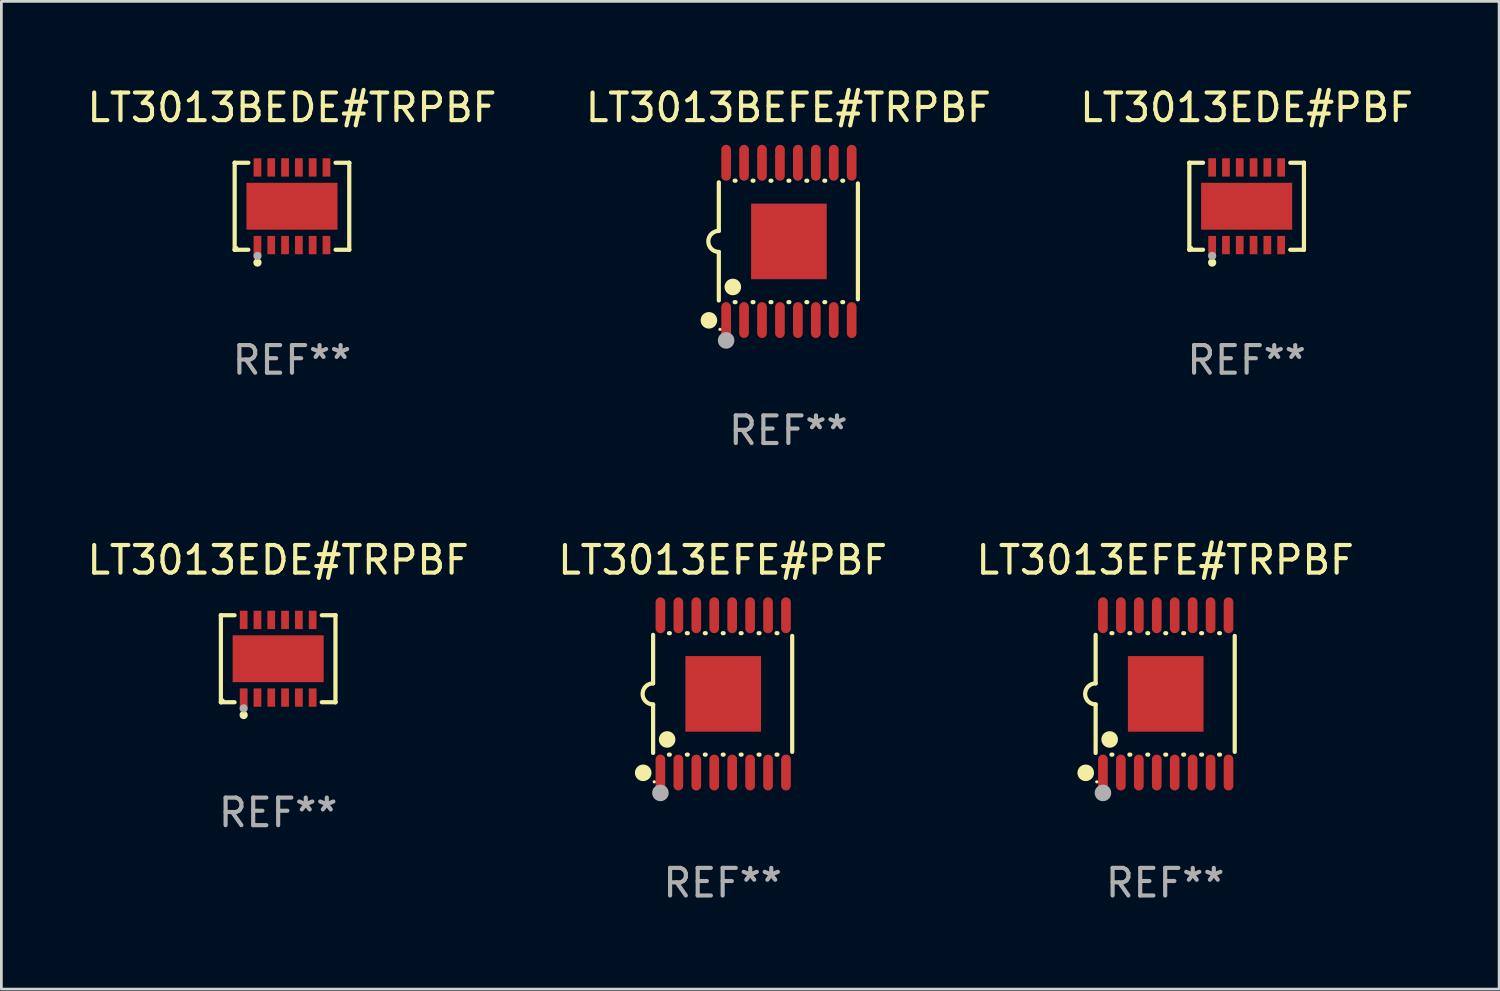
<source format=kicad_pcb>
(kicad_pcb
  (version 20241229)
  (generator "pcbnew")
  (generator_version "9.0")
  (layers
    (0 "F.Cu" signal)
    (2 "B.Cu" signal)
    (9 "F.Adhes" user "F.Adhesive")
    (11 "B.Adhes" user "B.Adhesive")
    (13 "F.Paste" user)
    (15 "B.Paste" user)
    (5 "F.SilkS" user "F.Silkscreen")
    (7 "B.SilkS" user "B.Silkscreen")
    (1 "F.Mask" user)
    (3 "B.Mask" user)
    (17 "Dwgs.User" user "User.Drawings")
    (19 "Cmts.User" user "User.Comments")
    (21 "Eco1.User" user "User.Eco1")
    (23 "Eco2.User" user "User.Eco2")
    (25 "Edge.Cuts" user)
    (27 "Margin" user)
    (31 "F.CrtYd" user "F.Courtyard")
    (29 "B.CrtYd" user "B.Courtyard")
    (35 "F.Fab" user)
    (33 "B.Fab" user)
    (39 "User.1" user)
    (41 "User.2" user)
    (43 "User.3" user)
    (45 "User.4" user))
  (footprint "LT3013EDE#PBF"
    (layer "F.Cu")
    (at 42.125 4.424)
    (property "Reference" "LT3013EDE#PBF" (at 0 -3.576 0) (layer "F.SilkS") (effects (font (size 1 1) (thickness 0.15))))
    (attr through_hole)
    (fp_line (start -2.076 -1.576) (end -2.076 -1.576) (stroke (width 0.152) (type solid)) (layer "F.SilkS"))
    (fp_line (start -2.076 -1.576) (end -1.58 -1.576) (stroke (width 0.152) (type solid)) (layer "F.SilkS"))
    (fp_line (start -2.076 1.576) (end -2.076 -1.576) (stroke (width 0.152) (type solid)) (layer "F.SilkS"))
    (fp_line (start -2.076 1.576) (end -2.076 1.576) (stroke (width 0.152) (type solid)) (layer "F.SilkS"))
    (fp_line (start -1.58 1.576) (end -2.076 1.576) (stroke (width 0.152) (type solid)) (layer "F.SilkS"))
    (fp_line (start 1.58 1.576) (end 2.076 1.576) (stroke (width 0.152) (type solid)) (layer "F.SilkS"))
    (fp_line (start 2.076 -1.576) (end 1.58 -1.576) (stroke (width 0.152) (type solid)) (layer "F.SilkS"))
    (fp_line (start 2.076 -1.576) (end 2.076 -1.576) (stroke (width 0.152) (type solid)) (layer "F.SilkS"))
    (fp_line (start 2.076 1.576) (end 2.076 -1.576) (stroke (width 0.152) (type solid)) (layer "F.SilkS"))
    (fp_line (start 2.076 1.576) (end 2.076 1.576) (stroke (width 0.152) (type solid)) (layer "F.SilkS"))
    (fp_circle (center -2 1.5) (end -1.97 1.5) (stroke (width 0.06) (type solid)) (fill no) (layer "F.SilkS"))
    (fp_circle (center -1.25 2.04) (end -1.175 2.04) (stroke (width 0.15) (type solid)) (fill no) (layer "F.SilkS"))
    (fp_circle (center -1.25 1.8) (end -1.175 1.8) (stroke (width 0.15) (type solid)) (fill no) (layer "F.Fab"))
    (fp_text user "REF**" (at 0 5.576 0) (layer "F.Fab") (effects (font (size 1 1) (thickness 0.15))))
    (pad "1" smd rect (at -1.25 1.407) (size 0.28 0.665) (layers "F.Cu" "F.Mask" "F.Paste"))
    (pad "2" smd rect (at -0.75 1.407) (size 0.28 0.665) (layers "F.Cu" "F.Mask" "F.Paste"))
    (pad "3" smd rect (at -0.25 1.407) (size 0.28 0.665) (layers "F.Cu" "F.Mask" "F.Paste"))
    (pad "4" smd rect (at 0.25 1.407) (size 0.28 0.665) (layers "F.Cu" "F.Mask" "F.Paste"))
    (pad "5" smd rect (at 0.75 1.407) (size 0.28 0.665) (layers "F.Cu" "F.Mask" "F.Paste"))
    (pad "6" smd rect (at 1.25 1.407) (size 0.28 0.665) (layers "F.Cu" "F.Mask" "F.Paste"))
    (pad "7" smd rect (at 1.25 -1.407) (size 0.28 0.665) (layers "F.Cu" "F.Mask" "F.Paste"))
    (pad "8" smd rect (at 0.75 -1.407) (size 0.28 0.665) (layers "F.Cu" "F.Mask" "F.Paste"))
    (pad "9" smd rect (at 0.25 -1.407) (size 0.28 0.665) (layers "F.Cu" "F.Mask" "F.Paste"))
    (pad "10" smd rect (at -0.25 -1.407) (size 0.28 0.665) (layers "F.Cu" "F.Mask" "F.Paste"))
    (pad "11" smd rect (at -0.75 -1.407) (size 0.28 0.665) (layers "F.Cu" "F.Mask" "F.Paste"))
    (pad "12" smd rect (at -1.25 -1.407) (size 0.28 0.665) (layers "F.Cu" "F.Mask" "F.Paste"))
    (pad "13" smd rect (at 0 0) (size 3.3 1.7) (layers "F.Cu" "F.Mask" "F.Paste")))
  (footprint "LT3013BEDE#TRPBF"
    (layer "F.Cu")
    (at 7.53 4.424)
    (property "Reference" "LT3013BEDE#TRPBF" (at 0 -3.576 0) (layer "F.SilkS") (effects (font (size 1 1) (thickness 0.15))))
    (attr through_hole)
    (fp_line (start -2.076 -1.576) (end -2.076 -1.576) (stroke (width 0.152) (type solid)) (layer "F.SilkS"))
    (fp_line (start -2.076 -1.576) (end -1.58 -1.576) (stroke (width 0.152) (type solid)) (layer "F.SilkS"))
    (fp_line (start -2.076 1.576) (end -2.076 -1.576) (stroke (width 0.152) (type solid)) (layer "F.SilkS"))
    (fp_line (start -2.076 1.576) (end -2.076 1.576) (stroke (width 0.152) (type solid)) (layer "F.SilkS"))
    (fp_line (start -1.58 1.576) (end -2.076 1.576) (stroke (width 0.152) (type solid)) (layer "F.SilkS"))
    (fp_line (start 1.58 1.576) (end 2.076 1.576) (stroke (width 0.152) (type solid)) (layer "F.SilkS"))
    (fp_line (start 2.076 -1.576) (end 1.58 -1.576) (stroke (width 0.152) (type solid)) (layer "F.SilkS"))
    (fp_line (start 2.076 -1.576) (end 2.076 -1.576) (stroke (width 0.152) (type solid)) (layer "F.SilkS"))
    (fp_line (start 2.076 1.576) (end 2.076 -1.576) (stroke (width 0.152) (type solid)) (layer "F.SilkS"))
    (fp_line (start 2.076 1.576) (end 2.076 1.576) (stroke (width 0.152) (type solid)) (layer "F.SilkS"))
    (fp_circle (center -2 1.5) (end -1.97 1.5) (stroke (width 0.06) (type solid)) (fill no) (layer "F.SilkS"))
    (fp_circle (center -1.25 2.04) (end -1.175 2.04) (stroke (width 0.15) (type solid)) (fill no) (layer "F.SilkS"))
    (fp_circle (center -1.25 1.8) (end -1.175 1.8) (stroke (width 0.15) (type solid)) (fill no) (layer "F.Fab"))
    (fp_text user "REF**" (at 0 5.576 0) (layer "F.Fab") (effects (font (size 1 1) (thickness 0.15))))
    (pad "1" smd rect (at -1.25 1.407) (size 0.28 0.665) (layers "F.Cu" "F.Mask" "F.Paste"))
    (pad "2" smd rect (at -0.75 1.407) (size 0.28 0.665) (layers "F.Cu" "F.Mask" "F.Paste"))
    (pad "3" smd rect (at -0.25 1.407) (size 0.28 0.665) (layers "F.Cu" "F.Mask" "F.Paste"))
    (pad "4" smd rect (at 0.25 1.407) (size 0.28 0.665) (layers "F.Cu" "F.Mask" "F.Paste"))
    (pad "5" smd rect (at 0.75 1.407) (size 0.28 0.665) (layers "F.Cu" "F.Mask" "F.Paste"))
    (pad "6" smd rect (at 1.25 1.407) (size 0.28 0.665) (layers "F.Cu" "F.Mask" "F.Paste"))
    (pad "7" smd rect (at 1.25 -1.407) (size 0.28 0.665) (layers "F.Cu" "F.Mask" "F.Paste"))
    (pad "8" smd rect (at 0.75 -1.407) (size 0.28 0.665) (layers "F.Cu" "F.Mask" "F.Paste"))
    (pad "9" smd rect (at 0.25 -1.407) (size 0.28 0.665) (layers "F.Cu" "F.Mask" "F.Paste"))
    (pad "10" smd rect (at -0.25 -1.407) (size 0.28 0.665) (layers "F.Cu" "F.Mask" "F.Paste"))
    (pad "11" smd rect (at -0.75 -1.407) (size 0.28 0.665) (layers "F.Cu" "F.Mask" "F.Paste"))
    (pad "12" smd rect (at -1.25 -1.407) (size 0.28 0.665) (layers "F.Cu" "F.Mask" "F.Paste"))
    (pad "13" smd rect (at 0 0) (size 3.3 1.7) (layers "F.Cu" "F.Mask" "F.Paste")))
  (footprint "LT3013EFE#PBF"
    (layer "F.Cu")
    (at 23.137 22.095)
    (property "Reference" "LT3013EFE#PBF" (at 0 -4.85 0) (layer "F.SilkS") (effects (font (size 1 1) (thickness 0.15))))
    (attr through_hole)
    (fp_line (start -2.52 -2.14) (end -2.52 -0.381) (stroke (width 0.152) (type solid)) (layer "F.SilkS"))
    (fp_line (start -2.52 2.14) (end -2.52 0.381) (stroke (width 0.152) (type solid)) (layer "F.SilkS"))
    (fp_line (start -1.946 -2.2) (end -1.914 -2.2) (stroke (width 0.152) (type solid)) (layer "F.SilkS"))
    (fp_line (start -1.946 2.2) (end -1.914 2.2) (stroke (width 0.152) (type solid)) (layer "F.SilkS"))
    (fp_line (start -1.296 -2.2) (end -1.264 -2.2) (stroke (width 0.152) (type solid)) (layer "F.SilkS"))
    (fp_line (start -1.296 2.2) (end -1.264 2.2) (stroke (width 0.152) (type solid)) (layer "F.SilkS"))
    (fp_line (start -0.646 -2.2) (end -0.614 -2.2) (stroke (width 0.152) (type solid)) (layer "F.SilkS"))
    (fp_line (start -0.646 2.2) (end -0.614 2.2) (stroke (width 0.152) (type solid)) (layer "F.SilkS"))
    (fp_line (start 0.004 -2.2) (end 0.036 -2.2) (stroke (width 0.152) (type solid)) (layer "F.SilkS"))
    (fp_line (start 0.004 2.2) (end 0.036 2.2) (stroke (width 0.152) (type solid)) (layer "F.SilkS"))
    (fp_line (start 0.654 -2.2) (end 0.686 -2.2) (stroke (width 0.152) (type solid)) (layer "F.SilkS"))
    (fp_line (start 0.654 2.2) (end 0.686 2.2) (stroke (width 0.152) (type solid)) (layer "F.SilkS"))
    (fp_line (start 1.304 -2.2) (end 1.336 -2.2) (stroke (width 0.152) (type solid)) (layer "F.SilkS"))
    (fp_line (start 1.304 2.2) (end 1.336 2.2) (stroke (width 0.152) (type solid)) (layer "F.SilkS"))
    (fp_line (start 1.954 -2.2) (end 1.986 -2.2) (stroke (width 0.152) (type solid)) (layer "F.SilkS"))
    (fp_line (start 1.954 2.2) (end 1.986 2.2) (stroke (width 0.152) (type solid)) (layer "F.SilkS"))
    (fp_line (start 2.52 -2.101) (end 2.52 2.101) (stroke (width 0.152) (type solid)) (layer "F.SilkS"))
    (fp_arc (start -2.520003 0.381001) (mid -2.901004 0) (end -2.520003 -0.381001) (stroke (width 0.151994) (type solid)) (layer "F.SilkS"))
    (fp_circle (center -2.879 2.86) (end -2.729 2.86) (stroke (width 0.3) (type solid)) (fill no) (layer "F.SilkS"))
    (fp_circle (center -2.48 3.187) (end -2.45 3.187) (stroke (width 0.06) (type solid)) (fill no) (layer "F.SilkS"))
    (fp_circle (center -2.012 1.651) (end -1.862 1.651) (stroke (width 0.3) (type solid)) (fill no) (layer "F.SilkS"))
    (fp_circle (center -2.255 3.588) (end -2.105 3.588) (stroke (width 0.3) (type solid)) (fill no) (layer "F.Fab"))
    (fp_text user "REF**" (at 0 6.85 0) (layer "F.Fab") (effects (font (size 1 1) (thickness 0.15))))
    (pad "1" smd oval (at -2.255 2.85) (size 0.35 1.3) (layers "F.Cu" "F.Mask" "F.Paste"))
    (pad "2" smd oval (at -1.605 2.85) (size 0.35 1.3) (layers "F.Cu" "F.Mask" "F.Paste"))
    (pad "3" smd oval (at -0.955 2.85) (size 0.35 1.3) (layers "F.Cu" "F.Mask" "F.Paste"))
    (pad "4" smd oval (at -0.305 2.85) (size 0.35 1.3) (layers "F.Cu" "F.Mask" "F.Paste"))
    (pad "5" smd oval (at 0.345 2.85) (size 0.35 1.3) (layers "F.Cu" "F.Mask" "F.Paste"))
    (pad "6" smd oval (at 0.995 2.85) (size 0.35 1.3) (layers "F.Cu" "F.Mask" "F.Paste"))
    (pad "7" smd oval (at 1.645 2.85) (size 0.35 1.3) (layers "F.Cu" "F.Mask" "F.Paste"))
    (pad "8" smd oval (at 2.295 2.85) (size 0.35 1.3) (layers "F.Cu" "F.Mask" "F.Paste"))
    (pad "9" smd oval (at 2.295 -2.85) (size 0.35 1.3) (layers "F.Cu" "F.Mask" "F.Paste"))
    (pad "10" smd oval (at 1.645 -2.85) (size 0.35 1.3) (layers "F.Cu" "F.Mask" "F.Paste"))
    (pad "11" smd oval (at 0.995 -2.85) (size 0.35 1.3) (layers "F.Cu" "F.Mask" "F.Paste"))
    (pad "12" smd oval (at 0.345 -2.85) (size 0.35 1.3) (layers "F.Cu" "F.Mask" "F.Paste"))
    (pad "13" smd oval (at -0.305 -2.85) (size 0.35 1.3) (layers "F.Cu" "F.Mask" "F.Paste"))
    (pad "14" smd oval (at -0.955 -2.85) (size 0.35 1.3) (layers "F.Cu" "F.Mask" "F.Paste"))
    (pad "15" smd oval (at -1.605 -2.85) (size 0.35 1.3) (layers "F.Cu" "F.Mask" "F.Paste"))
    (pad "16" smd oval (at -2.255 -2.85) (size 0.35 1.3) (layers "F.Cu" "F.Mask" "F.Paste"))
    (pad "17" smd rect (at 0.02 0) (size 2.74 2.74) (layers "F.Cu" "F.Mask" "F.Paste")))
  (footprint "LT3013BEFE#TRPBF"
    (layer "F.Cu")
    (at 25.518 5.698)
    (property "Reference" "LT3013BEFE#TRPBF" (at 0 -4.85 0) (layer "F.SilkS") (effects (font (size 1 1) (thickness 0.15))))
    (attr through_hole)
    (fp_line (start -2.52 -2.14) (end -2.52 -0.381) (stroke (width 0.152) (type solid)) (layer "F.SilkS"))
    (fp_line (start -2.52 2.14) (end -2.52 0.381) (stroke (width 0.152) (type solid)) (layer "F.SilkS"))
    (fp_line (start -1.946 -2.2) (end -1.914 -2.2) (stroke (width 0.152) (type solid)) (layer "F.SilkS"))
    (fp_line (start -1.946 2.2) (end -1.914 2.2) (stroke (width 0.152) (type solid)) (layer "F.SilkS"))
    (fp_line (start -1.296 -2.2) (end -1.264 -2.2) (stroke (width 0.152) (type solid)) (layer "F.SilkS"))
    (fp_line (start -1.296 2.2) (end -1.264 2.2) (stroke (width 0.152) (type solid)) (layer "F.SilkS"))
    (fp_line (start -0.646 -2.2) (end -0.614 -2.2) (stroke (width 0.152) (type solid)) (layer "F.SilkS"))
    (fp_line (start -0.646 2.2) (end -0.614 2.2) (stroke (width 0.152) (type solid)) (layer "F.SilkS"))
    (fp_line (start 0.004 -2.2) (end 0.036 -2.2) (stroke (width 0.152) (type solid)) (layer "F.SilkS"))
    (fp_line (start 0.004 2.2) (end 0.036 2.2) (stroke (width 0.152) (type solid)) (layer "F.SilkS"))
    (fp_line (start 0.654 -2.2) (end 0.686 -2.2) (stroke (width 0.152) (type solid)) (layer "F.SilkS"))
    (fp_line (start 0.654 2.2) (end 0.686 2.2) (stroke (width 0.152) (type solid)) (layer "F.SilkS"))
    (fp_line (start 1.304 -2.2) (end 1.336 -2.2) (stroke (width 0.152) (type solid)) (layer "F.SilkS"))
    (fp_line (start 1.304 2.2) (end 1.336 2.2) (stroke (width 0.152) (type solid)) (layer "F.SilkS"))
    (fp_line (start 1.954 -2.2) (end 1.986 -2.2) (stroke (width 0.152) (type solid)) (layer "F.SilkS"))
    (fp_line (start 1.954 2.2) (end 1.986 2.2) (stroke (width 0.152) (type solid)) (layer "F.SilkS"))
    (fp_line (start 2.52 -2.101) (end 2.52 2.101) (stroke (width 0.152) (type solid)) (layer "F.SilkS"))
    (fp_arc (start -2.520003 0.381001) (mid -2.901004 0) (end -2.520003 -0.381001) (stroke (width 0.151994) (type solid)) (layer "F.SilkS"))
    (fp_circle (center -2.879 2.86) (end -2.729 2.86) (stroke (width 0.3) (type solid)) (fill no) (layer "F.SilkS"))
    (fp_circle (center -2.48 3.187) (end -2.45 3.187) (stroke (width 0.06) (type solid)) (fill no) (layer "F.SilkS"))
    (fp_circle (center -2.012 1.651) (end -1.862 1.651) (stroke (width 0.3) (type solid)) (fill no) (layer "F.SilkS"))
    (fp_circle (center -2.255 3.588) (end -2.105 3.588) (stroke (width 0.3) (type solid)) (fill no) (layer "F.Fab"))
    (fp_text user "REF**" (at 0 6.85 0) (layer "F.Fab") (effects (font (size 1 1) (thickness 0.15))))
    (pad "1" smd oval (at -2.255 2.85) (size 0.35 1.3) (layers "F.Cu" "F.Mask" "F.Paste"))
    (pad "2" smd oval (at -1.605 2.85) (size 0.35 1.3) (layers "F.Cu" "F.Mask" "F.Paste"))
    (pad "3" smd oval (at -0.955 2.85) (size 0.35 1.3) (layers "F.Cu" "F.Mask" "F.Paste"))
    (pad "4" smd oval (at -0.305 2.85) (size 0.35 1.3) (layers "F.Cu" "F.Mask" "F.Paste"))
    (pad "5" smd oval (at 0.345 2.85) (size 0.35 1.3) (layers "F.Cu" "F.Mask" "F.Paste"))
    (pad "6" smd oval (at 0.995 2.85) (size 0.35 1.3) (layers "F.Cu" "F.Mask" "F.Paste"))
    (pad "7" smd oval (at 1.645 2.85) (size 0.35 1.3) (layers "F.Cu" "F.Mask" "F.Paste"))
    (pad "8" smd oval (at 2.295 2.85) (size 0.35 1.3) (layers "F.Cu" "F.Mask" "F.Paste"))
    (pad "9" smd oval (at 2.295 -2.85) (size 0.35 1.3) (layers "F.Cu" "F.Mask" "F.Paste"))
    (pad "10" smd oval (at 1.645 -2.85) (size 0.35 1.3) (layers "F.Cu" "F.Mask" "F.Paste"))
    (pad "11" smd oval (at 0.995 -2.85) (size 0.35 1.3) (layers "F.Cu" "F.Mask" "F.Paste"))
    (pad "12" smd oval (at 0.345 -2.85) (size 0.35 1.3) (layers "F.Cu" "F.Mask" "F.Paste"))
    (pad "13" smd oval (at -0.305 -2.85) (size 0.35 1.3) (layers "F.Cu" "F.Mask" "F.Paste"))
    (pad "14" smd oval (at -0.955 -2.85) (size 0.35 1.3) (layers "F.Cu" "F.Mask" "F.Paste"))
    (pad "15" smd oval (at -1.605 -2.85) (size 0.35 1.3) (layers "F.Cu" "F.Mask" "F.Paste"))
    (pad "16" smd oval (at -2.255 -2.85) (size 0.35 1.3) (layers "F.Cu" "F.Mask" "F.Paste"))
    (pad "17" smd rect (at 0.02 0) (size 2.74 2.74) (layers "F.Cu" "F.Mask" "F.Paste")))
  (footprint "LT3013EFE#TRPBF"
    (layer "F.Cu")
    (at 39.173 22.095)
    (property "Reference" "LT3013EFE#TRPBF" (at 0 -4.85 0) (layer "F.SilkS") (effects (font (size 1 1) (thickness 0.15))))
    (attr through_hole)
    (fp_line (start -2.52 -2.14) (end -2.52 -0.381) (stroke (width 0.152) (type solid)) (layer "F.SilkS"))
    (fp_line (start -2.52 2.14) (end -2.52 0.381) (stroke (width 0.152) (type solid)) (layer "F.SilkS"))
    (fp_line (start -1.946 -2.2) (end -1.914 -2.2) (stroke (width 0.152) (type solid)) (layer "F.SilkS"))
    (fp_line (start -1.946 2.2) (end -1.914 2.2) (stroke (width 0.152) (type solid)) (layer "F.SilkS"))
    (fp_line (start -1.296 -2.2) (end -1.264 -2.2) (stroke (width 0.152) (type solid)) (layer "F.SilkS"))
    (fp_line (start -1.296 2.2) (end -1.264 2.2) (stroke (width 0.152) (type solid)) (layer "F.SilkS"))
    (fp_line (start -0.646 -2.2) (end -0.614 -2.2) (stroke (width 0.152) (type solid)) (layer "F.SilkS"))
    (fp_line (start -0.646 2.2) (end -0.614 2.2) (stroke (width 0.152) (type solid)) (layer "F.SilkS"))
    (fp_line (start 0.004 -2.2) (end 0.036 -2.2) (stroke (width 0.152) (type solid)) (layer "F.SilkS"))
    (fp_line (start 0.004 2.2) (end 0.036 2.2) (stroke (width 0.152) (type solid)) (layer "F.SilkS"))
    (fp_line (start 0.654 -2.2) (end 0.686 -2.2) (stroke (width 0.152) (type solid)) (layer "F.SilkS"))
    (fp_line (start 0.654 2.2) (end 0.686 2.2) (stroke (width 0.152) (type solid)) (layer "F.SilkS"))
    (fp_line (start 1.304 -2.2) (end 1.336 -2.2) (stroke (width 0.152) (type solid)) (layer "F.SilkS"))
    (fp_line (start 1.304 2.2) (end 1.336 2.2) (stroke (width 0.152) (type solid)) (layer "F.SilkS"))
    (fp_line (start 1.954 -2.2) (end 1.986 -2.2) (stroke (width 0.152) (type solid)) (layer "F.SilkS"))
    (fp_line (start 1.954 2.2) (end 1.986 2.2) (stroke (width 0.152) (type solid)) (layer "F.SilkS"))
    (fp_line (start 2.52 -2.101) (end 2.52 2.101) (stroke (width 0.152) (type solid)) (layer "F.SilkS"))
    (fp_arc (start -2.520003 0.381001) (mid -2.901004 0) (end -2.520003 -0.381001) (stroke (width 0.151994) (type solid)) (layer "F.SilkS"))
    (fp_circle (center -2.879 2.86) (end -2.729 2.86) (stroke (width 0.3) (type solid)) (fill no) (layer "F.SilkS"))
    (fp_circle (center -2.48 3.187) (end -2.45 3.187) (stroke (width 0.06) (type solid)) (fill no) (layer "F.SilkS"))
    (fp_circle (center -2.012 1.651) (end -1.862 1.651) (stroke (width 0.3) (type solid)) (fill no) (layer "F.SilkS"))
    (fp_circle (center -2.255 3.588) (end -2.105 3.588) (stroke (width 0.3) (type solid)) (fill no) (layer "F.Fab"))
    (fp_text user "REF**" (at 0 6.85 0) (layer "F.Fab") (effects (font (size 1 1) (thickness 0.15))))
    (pad "1" smd oval (at -2.255 2.85) (size 0.35 1.3) (layers "F.Cu" "F.Mask" "F.Paste"))
    (pad "2" smd oval (at -1.605 2.85) (size 0.35 1.3) (layers "F.Cu" "F.Mask" "F.Paste"))
    (pad "3" smd oval (at -0.955 2.85) (size 0.35 1.3) (layers "F.Cu" "F.Mask" "F.Paste"))
    (pad "4" smd oval (at -0.305 2.85) (size 0.35 1.3) (layers "F.Cu" "F.Mask" "F.Paste"))
    (pad "5" smd oval (at 0.345 2.85) (size 0.35 1.3) (layers "F.Cu" "F.Mask" "F.Paste"))
    (pad "6" smd oval (at 0.995 2.85) (size 0.35 1.3) (layers "F.Cu" "F.Mask" "F.Paste"))
    (pad "7" smd oval (at 1.645 2.85) (size 0.35 1.3) (layers "F.Cu" "F.Mask" "F.Paste"))
    (pad "8" smd oval (at 2.295 2.85) (size 0.35 1.3) (layers "F.Cu" "F.Mask" "F.Paste"))
    (pad "9" smd oval (at 2.295 -2.85) (size 0.35 1.3) (layers "F.Cu" "F.Mask" "F.Paste"))
    (pad "10" smd oval (at 1.645 -2.85) (size 0.35 1.3) (layers "F.Cu" "F.Mask" "F.Paste"))
    (pad "11" smd oval (at 0.995 -2.85) (size 0.35 1.3) (layers "F.Cu" "F.Mask" "F.Paste"))
    (pad "12" smd oval (at 0.345 -2.85) (size 0.35 1.3) (layers "F.Cu" "F.Mask" "F.Paste"))
    (pad "13" smd oval (at -0.305 -2.85) (size 0.35 1.3) (layers "F.Cu" "F.Mask" "F.Paste"))
    (pad "14" smd oval (at -0.955 -2.85) (size 0.35 1.3) (layers "F.Cu" "F.Mask" "F.Paste"))
    (pad "15" smd oval (at -1.605 -2.85) (size 0.35 1.3) (layers "F.Cu" "F.Mask" "F.Paste"))
    (pad "16" smd oval (at -2.255 -2.85) (size 0.35 1.3) (layers "F.Cu" "F.Mask" "F.Paste"))
    (pad "17" smd rect (at 0.02 0) (size 2.74 2.74) (layers "F.Cu" "F.Mask" "F.Paste")))
  (footprint "LT3013EDE#TRPBF"
    (layer "F.Cu")
    (at 7.03 20.821)
    (property "Reference" "LT3013EDE#TRPBF" (at 0 -3.576 0) (layer "F.SilkS") (effects (font (size 1 1) (thickness 0.15))))
    (attr through_hole)
    (fp_line (start -2.076 -1.576) (end -2.076 -1.576) (stroke (width 0.152) (type solid)) (layer "F.SilkS"))
    (fp_line (start -2.076 -1.576) (end -1.58 -1.576) (stroke (width 0.152) (type solid)) (layer "F.SilkS"))
    (fp_line (start -2.076 1.576) (end -2.076 -1.576) (stroke (width 0.152) (type solid)) (layer "F.SilkS"))
    (fp_line (start -2.076 1.576) (end -2.076 1.576) (stroke (width 0.152) (type solid)) (layer "F.SilkS"))
    (fp_line (start -1.58 1.576) (end -2.076 1.576) (stroke (width 0.152) (type solid)) (layer "F.SilkS"))
    (fp_line (start 1.58 1.576) (end 2.076 1.576) (stroke (width 0.152) (type solid)) (layer "F.SilkS"))
    (fp_line (start 2.076 -1.576) (end 1.58 -1.576) (stroke (width 0.152) (type solid)) (layer "F.SilkS"))
    (fp_line (start 2.076 -1.576) (end 2.076 -1.576) (stroke (width 0.152) (type solid)) (layer "F.SilkS"))
    (fp_line (start 2.076 1.576) (end 2.076 -1.576) (stroke (width 0.152) (type solid)) (layer "F.SilkS"))
    (fp_line (start 2.076 1.576) (end 2.076 1.576) (stroke (width 0.152) (type solid)) (layer "F.SilkS"))
    (fp_circle (center -2 1.5) (end -1.97 1.5) (stroke (width 0.06) (type solid)) (fill no) (layer "F.SilkS"))
    (fp_circle (center -1.25 2.04) (end -1.175 2.04) (stroke (width 0.15) (type solid)) (fill no) (layer "F.SilkS"))
    (fp_circle (center -1.25 1.8) (end -1.175 1.8) (stroke (width 0.15) (type solid)) (fill no) (layer "F.Fab"))
    (fp_text user "REF**" (at 0 5.576 0) (layer "F.Fab") (effects (font (size 1 1) (thickness 0.15))))
    (pad "1" smd rect (at -1.25 1.407) (size 0.28 0.665) (layers "F.Cu" "F.Mask" "F.Paste"))
    (pad "2" smd rect (at -0.75 1.407) (size 0.28 0.665) (layers "F.Cu" "F.Mask" "F.Paste"))
    (pad "3" smd rect (at -0.25 1.407) (size 0.28 0.665) (layers "F.Cu" "F.Mask" "F.Paste"))
    (pad "4" smd rect (at 0.25 1.407) (size 0.28 0.665) (layers "F.Cu" "F.Mask" "F.Paste"))
    (pad "5" smd rect (at 0.75 1.407) (size 0.28 0.665) (layers "F.Cu" "F.Mask" "F.Paste"))
    (pad "6" smd rect (at 1.25 1.407) (size 0.28 0.665) (layers "F.Cu" "F.Mask" "F.Paste"))
    (pad "7" smd rect (at 1.25 -1.407) (size 0.28 0.665) (layers "F.Cu" "F.Mask" "F.Paste"))
    (pad "8" smd rect (at 0.75 -1.407) (size 0.28 0.665) (layers "F.Cu" "F.Mask" "F.Paste"))
    (pad "9" smd rect (at 0.25 -1.407) (size 0.28 0.665) (layers "F.Cu" "F.Mask" "F.Paste"))
    (pad "10" smd rect (at -0.25 -1.407) (size 0.28 0.665) (layers "F.Cu" "F.Mask" "F.Paste"))
    (pad "11" smd rect (at -0.75 -1.407) (size 0.28 0.665) (layers "F.Cu" "F.Mask" "F.Paste"))
    (pad "12" smd rect (at -1.25 -1.407) (size 0.28 0.665) (layers "F.Cu" "F.Mask" "F.Paste"))
    (pad "13" smd rect (at 0 0) (size 3.3 1.7) (layers "F.Cu" "F.Mask" "F.Paste")))
  (gr_rect
    (start -3 -3)
    (end 51.274 32.793)
    (stroke (width 0.1) (type default))
    (fill no)
    (layer "Edge.Cuts")))
</source>
